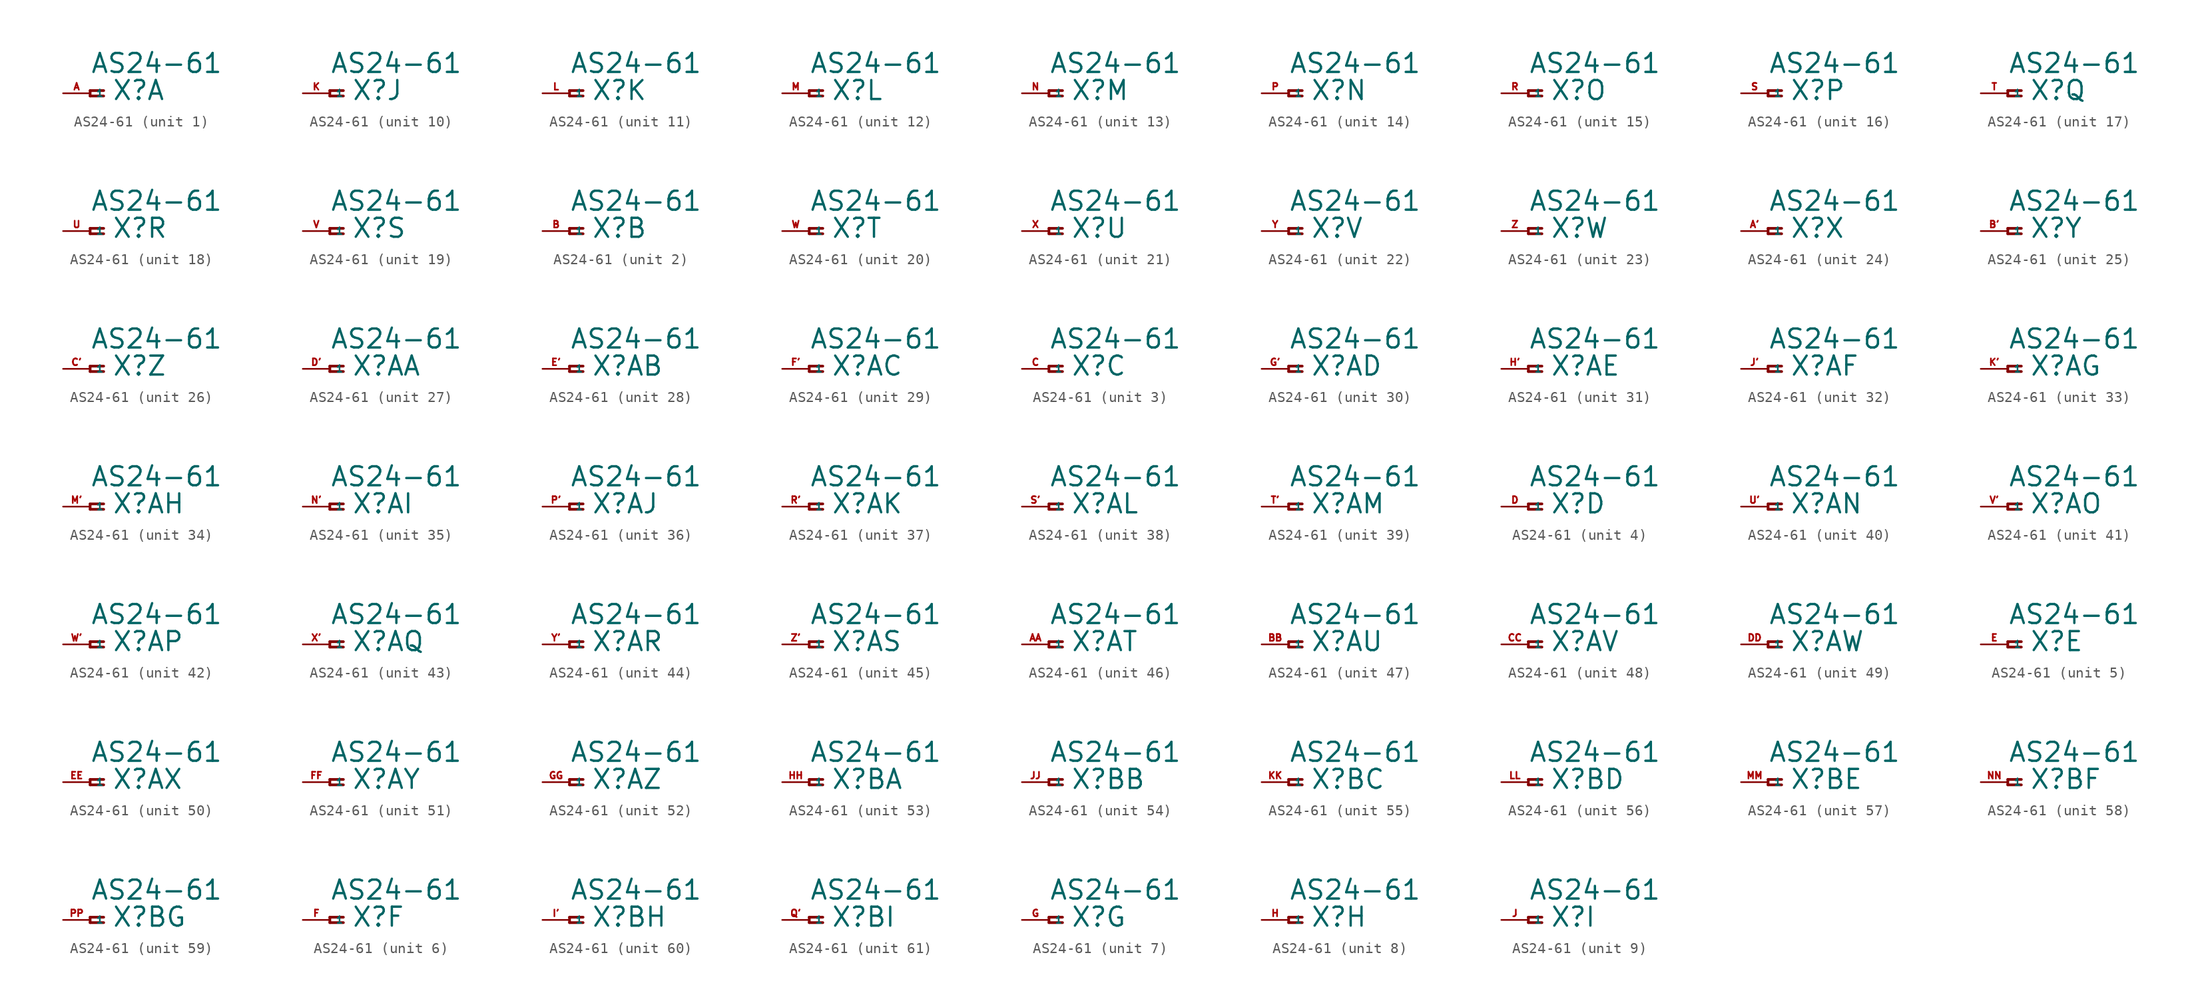
<source format=kicad_sym>
(kicad_symbol_lib
  (version 20220914)
  (generator Eagle2Kicad)
  (symbol "AS24-61"
    (property "Reference" "X"
      (at 2.032 -0.762 0)
      (effects (font (size 1.778 1.778) (thickness 0.22)) (justify left bottom)))
    (property "Value" "AS24-61"
      (at 0 1.778 0)
      (effects (font (size 1.778 1.778) (thickness 0.22)) (justify left bottom)))
    (symbol "AS24-61_1_0"
      (polyline (pts (xy 1.27 0.254) (xy 0 0.254)) (stroke (width 0.254) (type default)) (fill (type none)))
      (polyline (pts (xy 0 0.254) (xy 0 -0.254)) (stroke (width 0.254) (type default)) (fill (type none)))
      (polyline (pts (xy 0 -0.254) (xy 1.27 -0.254)) (stroke (width 0.254) (type default)) (fill (type none)))
      (pin passive line (at -2.54 0 0) (length 2.54) (name "1" (effects (font (size 0.635 0.635) (thickness 0.08)) (justify left bottom))) (number "A" (effects (font (size 0.635 0.635) (thickness 0.08)) (justify left bottom)))))
    (symbol "AS24-61_2_0"
      (polyline (pts (xy 1.27 0.254) (xy 0 0.254)) (stroke (width 0.254) (type default)) (fill (type none)))
      (polyline (pts (xy 0 0.254) (xy 0 -0.254)) (stroke (width 0.254) (type default)) (fill (type none)))
      (polyline (pts (xy 0 -0.254) (xy 1.27 -0.254)) (stroke (width 0.254) (type default)) (fill (type none)))
      (pin passive line (at -2.54 0 0) (length 2.54) (name "1" (effects (font (size 0.635 0.635) (thickness 0.08)) (justify left bottom))) (number "B" (effects (font (size 0.635 0.635) (thickness 0.08)) (justify left bottom)))))
    (symbol "AS24-61_3_0"
      (polyline (pts (xy 1.27 0.254) (xy 0 0.254)) (stroke (width 0.254) (type default)) (fill (type none)))
      (polyline (pts (xy 0 0.254) (xy 0 -0.254)) (stroke (width 0.254) (type default)) (fill (type none)))
      (polyline (pts (xy 0 -0.254) (xy 1.27 -0.254)) (stroke (width 0.254) (type default)) (fill (type none)))
      (pin passive line (at -2.54 0 0) (length 2.54) (name "1" (effects (font (size 0.635 0.635) (thickness 0.08)) (justify left bottom))) (number "C" (effects (font (size 0.635 0.635) (thickness 0.08)) (justify left bottom)))))
    (symbol "AS24-61_4_0"
      (polyline (pts (xy 1.27 0.254) (xy 0 0.254)) (stroke (width 0.254) (type default)) (fill (type none)))
      (polyline (pts (xy 0 0.254) (xy 0 -0.254)) (stroke (width 0.254) (type default)) (fill (type none)))
      (polyline (pts (xy 0 -0.254) (xy 1.27 -0.254)) (stroke (width 0.254) (type default)) (fill (type none)))
      (pin passive line (at -2.54 0 0) (length 2.54) (name "1" (effects (font (size 0.635 0.635) (thickness 0.08)) (justify left bottom))) (number "D" (effects (font (size 0.635 0.635) (thickness 0.08)) (justify left bottom)))))
    (symbol "AS24-61_5_0"
      (polyline (pts (xy 1.27 0.254) (xy 0 0.254)) (stroke (width 0.254) (type default)) (fill (type none)))
      (polyline (pts (xy 0 0.254) (xy 0 -0.254)) (stroke (width 0.254) (type default)) (fill (type none)))
      (polyline (pts (xy 0 -0.254) (xy 1.27 -0.254)) (stroke (width 0.254) (type default)) (fill (type none)))
      (pin passive line (at -2.54 0 0) (length 2.54) (name "1" (effects (font (size 0.635 0.635) (thickness 0.08)) (justify left bottom))) (number "E" (effects (font (size 0.635 0.635) (thickness 0.08)) (justify left bottom)))))
    (symbol "AS24-61_6_0"
      (polyline (pts (xy 1.27 0.254) (xy 0 0.254)) (stroke (width 0.254) (type default)) (fill (type none)))
      (polyline (pts (xy 0 0.254) (xy 0 -0.254)) (stroke (width 0.254) (type default)) (fill (type none)))
      (polyline (pts (xy 0 -0.254) (xy 1.27 -0.254)) (stroke (width 0.254) (type default)) (fill (type none)))
      (pin passive line (at -2.54 0 0) (length 2.54) (name "1" (effects (font (size 0.635 0.635) (thickness 0.08)) (justify left bottom))) (number "F" (effects (font (size 0.635 0.635) (thickness 0.08)) (justify left bottom)))))
    (symbol "AS24-61_7_0"
      (polyline (pts (xy 1.27 0.254) (xy 0 0.254)) (stroke (width 0.254) (type default)) (fill (type none)))
      (polyline (pts (xy 0 0.254) (xy 0 -0.254)) (stroke (width 0.254) (type default)) (fill (type none)))
      (polyline (pts (xy 0 -0.254) (xy 1.27 -0.254)) (stroke (width 0.254) (type default)) (fill (type none)))
      (pin passive line (at -2.54 0 0) (length 2.54) (name "1" (effects (font (size 0.635 0.635) (thickness 0.08)) (justify left bottom))) (number "G" (effects (font (size 0.635 0.635) (thickness 0.08)) (justify left bottom)))))
    (symbol "AS24-61_8_0"
      (polyline (pts (xy 1.27 0.254) (xy 0 0.254)) (stroke (width 0.254) (type default)) (fill (type none)))
      (polyline (pts (xy 0 0.254) (xy 0 -0.254)) (stroke (width 0.254) (type default)) (fill (type none)))
      (polyline (pts (xy 0 -0.254) (xy 1.27 -0.254)) (stroke (width 0.254) (type default)) (fill (type none)))
      (pin passive line (at -2.54 0 0) (length 2.54) (name "1" (effects (font (size 0.635 0.635) (thickness 0.08)) (justify left bottom))) (number "H" (effects (font (size 0.635 0.635) (thickness 0.08)) (justify left bottom)))))
    (symbol "AS24-61_9_0"
      (polyline (pts (xy 1.27 0.254) (xy 0 0.254)) (stroke (width 0.254) (type default)) (fill (type none)))
      (polyline (pts (xy 0 0.254) (xy 0 -0.254)) (stroke (width 0.254) (type default)) (fill (type none)))
      (polyline (pts (xy 0 -0.254) (xy 1.27 -0.254)) (stroke (width 0.254) (type default)) (fill (type none)))
      (pin passive line (at -2.54 0 0) (length 2.54) (name "1" (effects (font (size 0.635 0.635) (thickness 0.08)) (justify left bottom))) (number "J" (effects (font (size 0.635 0.635) (thickness 0.08)) (justify left bottom)))))
    (symbol "AS24-61_10_0"
      (polyline (pts (xy 1.27 0.254) (xy 0 0.254)) (stroke (width 0.254) (type default)) (fill (type none)))
      (polyline (pts (xy 0 0.254) (xy 0 -0.254)) (stroke (width 0.254) (type default)) (fill (type none)))
      (polyline (pts (xy 0 -0.254) (xy 1.27 -0.254)) (stroke (width 0.254) (type default)) (fill (type none)))
      (pin passive line (at -2.54 0 0) (length 2.54) (name "1" (effects (font (size 0.635 0.635) (thickness 0.08)) (justify left bottom))) (number "K" (effects (font (size 0.635 0.635) (thickness 0.08)) (justify left bottom)))))
    (symbol "AS24-61_11_0"
      (polyline (pts (xy 1.27 0.254) (xy 0 0.254)) (stroke (width 0.254) (type default)) (fill (type none)))
      (polyline (pts (xy 0 0.254) (xy 0 -0.254)) (stroke (width 0.254) (type default)) (fill (type none)))
      (polyline (pts (xy 0 -0.254) (xy 1.27 -0.254)) (stroke (width 0.254) (type default)) (fill (type none)))
      (pin passive line (at -2.54 0 0) (length 2.54) (name "1" (effects (font (size 0.635 0.635) (thickness 0.08)) (justify left bottom))) (number "L" (effects (font (size 0.635 0.635) (thickness 0.08)) (justify left bottom)))))
    (symbol "AS24-61_12_0"
      (polyline (pts (xy 1.27 0.254) (xy 0 0.254)) (stroke (width 0.254) (type default)) (fill (type none)))
      (polyline (pts (xy 0 0.254) (xy 0 -0.254)) (stroke (width 0.254) (type default)) (fill (type none)))
      (polyline (pts (xy 0 -0.254) (xy 1.27 -0.254)) (stroke (width 0.254) (type default)) (fill (type none)))
      (pin passive line (at -2.54 0 0) (length 2.54) (name "1" (effects (font (size 0.635 0.635) (thickness 0.08)) (justify left bottom))) (number "M" (effects (font (size 0.635 0.635) (thickness 0.08)) (justify left bottom)))))
    (symbol "AS24-61_13_0"
      (polyline (pts (xy 1.27 0.254) (xy 0 0.254)) (stroke (width 0.254) (type default)) (fill (type none)))
      (polyline (pts (xy 0 0.254) (xy 0 -0.254)) (stroke (width 0.254) (type default)) (fill (type none)))
      (polyline (pts (xy 0 -0.254) (xy 1.27 -0.254)) (stroke (width 0.254) (type default)) (fill (type none)))
      (pin passive line (at -2.54 0 0) (length 2.54) (name "1" (effects (font (size 0.635 0.635) (thickness 0.08)) (justify left bottom))) (number "N" (effects (font (size 0.635 0.635) (thickness 0.08)) (justify left bottom)))))
    (symbol "AS24-61_14_0"
      (polyline (pts (xy 1.27 0.254) (xy 0 0.254)) (stroke (width 0.254) (type default)) (fill (type none)))
      (polyline (pts (xy 0 0.254) (xy 0 -0.254)) (stroke (width 0.254) (type default)) (fill (type none)))
      (polyline (pts (xy 0 -0.254) (xy 1.27 -0.254)) (stroke (width 0.254) (type default)) (fill (type none)))
      (pin passive line (at -2.54 0 0) (length 2.54) (name "1" (effects (font (size 0.635 0.635) (thickness 0.08)) (justify left bottom))) (number "P" (effects (font (size 0.635 0.635) (thickness 0.08)) (justify left bottom)))))
    (symbol "AS24-61_15_0"
      (polyline (pts (xy 1.27 0.254) (xy 0 0.254)) (stroke (width 0.254) (type default)) (fill (type none)))
      (polyline (pts (xy 0 0.254) (xy 0 -0.254)) (stroke (width 0.254) (type default)) (fill (type none)))
      (polyline (pts (xy 0 -0.254) (xy 1.27 -0.254)) (stroke (width 0.254) (type default)) (fill (type none)))
      (pin passive line (at -2.54 0 0) (length 2.54) (name "1" (effects (font (size 0.635 0.635) (thickness 0.08)) (justify left bottom))) (number "R" (effects (font (size 0.635 0.635) (thickness 0.08)) (justify left bottom)))))
    (symbol "AS24-61_16_0"
      (polyline (pts (xy 1.27 0.254) (xy 0 0.254)) (stroke (width 0.254) (type default)) (fill (type none)))
      (polyline (pts (xy 0 0.254) (xy 0 -0.254)) (stroke (width 0.254) (type default)) (fill (type none)))
      (polyline (pts (xy 0 -0.254) (xy 1.27 -0.254)) (stroke (width 0.254) (type default)) (fill (type none)))
      (pin passive line (at -2.54 0 0) (length 2.54) (name "1" (effects (font (size 0.635 0.635) (thickness 0.08)) (justify left bottom))) (number "S" (effects (font (size 0.635 0.635) (thickness 0.08)) (justify left bottom)))))
    (symbol "AS24-61_17_0"
      (polyline (pts (xy 1.27 0.254) (xy 0 0.254)) (stroke (width 0.254) (type default)) (fill (type none)))
      (polyline (pts (xy 0 0.254) (xy 0 -0.254)) (stroke (width 0.254) (type default)) (fill (type none)))
      (polyline (pts (xy 0 -0.254) (xy 1.27 -0.254)) (stroke (width 0.254) (type default)) (fill (type none)))
      (pin passive line (at -2.54 0 0) (length 2.54) (name "1" (effects (font (size 0.635 0.635) (thickness 0.08)) (justify left bottom))) (number "T" (effects (font (size 0.635 0.635) (thickness 0.08)) (justify left bottom)))))
    (symbol "AS24-61_18_0"
      (polyline (pts (xy 1.27 0.254) (xy 0 0.254)) (stroke (width 0.254) (type default)) (fill (type none)))
      (polyline (pts (xy 0 0.254) (xy 0 -0.254)) (stroke (width 0.254) (type default)) (fill (type none)))
      (polyline (pts (xy 0 -0.254) (xy 1.27 -0.254)) (stroke (width 0.254) (type default)) (fill (type none)))
      (pin passive line (at -2.54 0 0) (length 2.54) (name "1" (effects (font (size 0.635 0.635) (thickness 0.08)) (justify left bottom))) (number "U" (effects (font (size 0.635 0.635) (thickness 0.08)) (justify left bottom)))))
    (symbol "AS24-61_19_0"
      (polyline (pts (xy 1.27 0.254) (xy 0 0.254)) (stroke (width 0.254) (type default)) (fill (type none)))
      (polyline (pts (xy 0 0.254) (xy 0 -0.254)) (stroke (width 0.254) (type default)) (fill (type none)))
      (polyline (pts (xy 0 -0.254) (xy 1.27 -0.254)) (stroke (width 0.254) (type default)) (fill (type none)))
      (pin passive line (at -2.54 0 0) (length 2.54) (name "1" (effects (font (size 0.635 0.635) (thickness 0.08)) (justify left bottom))) (number "V" (effects (font (size 0.635 0.635) (thickness 0.08)) (justify left bottom)))))
    (symbol "AS24-61_20_0"
      (polyline (pts (xy 1.27 0.254) (xy 0 0.254)) (stroke (width 0.254) (type default)) (fill (type none)))
      (polyline (pts (xy 0 0.254) (xy 0 -0.254)) (stroke (width 0.254) (type default)) (fill (type none)))
      (polyline (pts (xy 0 -0.254) (xy 1.27 -0.254)) (stroke (width 0.254) (type default)) (fill (type none)))
      (pin passive line (at -2.54 0 0) (length 2.54) (name "1" (effects (font (size 0.635 0.635) (thickness 0.08)) (justify left bottom))) (number "W" (effects (font (size 0.635 0.635) (thickness 0.08)) (justify left bottom)))))
    (symbol "AS24-61_21_0"
      (polyline (pts (xy 1.27 0.254) (xy 0 0.254)) (stroke (width 0.254) (type default)) (fill (type none)))
      (polyline (pts (xy 0 0.254) (xy 0 -0.254)) (stroke (width 0.254) (type default)) (fill (type none)))
      (polyline (pts (xy 0 -0.254) (xy 1.27 -0.254)) (stroke (width 0.254) (type default)) (fill (type none)))
      (pin passive line (at -2.54 0 0) (length 2.54) (name "1" (effects (font (size 0.635 0.635) (thickness 0.08)) (justify left bottom))) (number "X" (effects (font (size 0.635 0.635) (thickness 0.08)) (justify left bottom)))))
    (symbol "AS24-61_22_0"
      (polyline (pts (xy 1.27 0.254) (xy 0 0.254)) (stroke (width 0.254) (type default)) (fill (type none)))
      (polyline (pts (xy 0 0.254) (xy 0 -0.254)) (stroke (width 0.254) (type default)) (fill (type none)))
      (polyline (pts (xy 0 -0.254) (xy 1.27 -0.254)) (stroke (width 0.254) (type default)) (fill (type none)))
      (pin passive line (at -2.54 0 0) (length 2.54) (name "1" (effects (font (size 0.635 0.635) (thickness 0.08)) (justify left bottom))) (number "Y" (effects (font (size 0.635 0.635) (thickness 0.08)) (justify left bottom)))))
    (symbol "AS24-61_23_0"
      (polyline (pts (xy 1.27 0.254) (xy 0 0.254)) (stroke (width 0.254) (type default)) (fill (type none)))
      (polyline (pts (xy 0 0.254) (xy 0 -0.254)) (stroke (width 0.254) (type default)) (fill (type none)))
      (polyline (pts (xy 0 -0.254) (xy 1.27 -0.254)) (stroke (width 0.254) (type default)) (fill (type none)))
      (pin passive line (at -2.54 0 0) (length 2.54) (name "1" (effects (font (size 0.635 0.635) (thickness 0.08)) (justify left bottom))) (number "Z" (effects (font (size 0.635 0.635) (thickness 0.08)) (justify left bottom)))))
    (symbol "AS24-61_24_0"
      (polyline (pts (xy 1.27 0.254) (xy 0 0.254)) (stroke (width 0.254) (type default)) (fill (type none)))
      (polyline (pts (xy 0 0.254) (xy 0 -0.254)) (stroke (width 0.254) (type default)) (fill (type none)))
      (polyline (pts (xy 0 -0.254) (xy 1.27 -0.254)) (stroke (width 0.254) (type default)) (fill (type none)))
      (pin passive line (at -2.54 0 0) (length 2.54) (name "1" (effects (font (size 0.635 0.635) (thickness 0.08)) (justify left bottom))) (number "A'" (effects (font (size 0.635 0.635) (thickness 0.08)) (justify left bottom)))))
    (symbol "AS24-61_25_0"
      (polyline (pts (xy 1.27 0.254) (xy 0 0.254)) (stroke (width 0.254) (type default)) (fill (type none)))
      (polyline (pts (xy 0 0.254) (xy 0 -0.254)) (stroke (width 0.254) (type default)) (fill (type none)))
      (polyline (pts (xy 0 -0.254) (xy 1.27 -0.254)) (stroke (width 0.254) (type default)) (fill (type none)))
      (pin passive line (at -2.54 0 0) (length 2.54) (name "1" (effects (font (size 0.635 0.635) (thickness 0.08)) (justify left bottom))) (number "B'" (effects (font (size 0.635 0.635) (thickness 0.08)) (justify left bottom)))))
    (symbol "AS24-61_26_0"
      (polyline (pts (xy 1.27 0.254) (xy 0 0.254)) (stroke (width 0.254) (type default)) (fill (type none)))
      (polyline (pts (xy 0 0.254) (xy 0 -0.254)) (stroke (width 0.254) (type default)) (fill (type none)))
      (polyline (pts (xy 0 -0.254) (xy 1.27 -0.254)) (stroke (width 0.254) (type default)) (fill (type none)))
      (pin passive line (at -2.54 0 0) (length 2.54) (name "1" (effects (font (size 0.635 0.635) (thickness 0.08)) (justify left bottom))) (number "C'" (effects (font (size 0.635 0.635) (thickness 0.08)) (justify left bottom)))))
    (symbol "AS24-61_27_0"
      (polyline (pts (xy 1.27 0.254) (xy 0 0.254)) (stroke (width 0.254) (type default)) (fill (type none)))
      (polyline (pts (xy 0 0.254) (xy 0 -0.254)) (stroke (width 0.254) (type default)) (fill (type none)))
      (polyline (pts (xy 0 -0.254) (xy 1.27 -0.254)) (stroke (width 0.254) (type default)) (fill (type none)))
      (pin passive line (at -2.54 0 0) (length 2.54) (name "1" (effects (font (size 0.635 0.635) (thickness 0.08)) (justify left bottom))) (number "D'" (effects (font (size 0.635 0.635) (thickness 0.08)) (justify left bottom)))))
    (symbol "AS24-61_28_0"
      (polyline (pts (xy 1.27 0.254) (xy 0 0.254)) (stroke (width 0.254) (type default)) (fill (type none)))
      (polyline (pts (xy 0 0.254) (xy 0 -0.254)) (stroke (width 0.254) (type default)) (fill (type none)))
      (polyline (pts (xy 0 -0.254) (xy 1.27 -0.254)) (stroke (width 0.254) (type default)) (fill (type none)))
      (pin passive line (at -2.54 0 0) (length 2.54) (name "1" (effects (font (size 0.635 0.635) (thickness 0.08)) (justify left bottom))) (number "E'" (effects (font (size 0.635 0.635) (thickness 0.08)) (justify left bottom)))))
    (symbol "AS24-61_29_0"
      (polyline (pts (xy 1.27 0.254) (xy 0 0.254)) (stroke (width 0.254) (type default)) (fill (type none)))
      (polyline (pts (xy 0 0.254) (xy 0 -0.254)) (stroke (width 0.254) (type default)) (fill (type none)))
      (polyline (pts (xy 0 -0.254) (xy 1.27 -0.254)) (stroke (width 0.254) (type default)) (fill (type none)))
      (pin passive line (at -2.54 0 0) (length 2.54) (name "1" (effects (font (size 0.635 0.635) (thickness 0.08)) (justify left bottom))) (number "F'" (effects (font (size 0.635 0.635) (thickness 0.08)) (justify left bottom)))))
    (symbol "AS24-61_30_0"
      (polyline (pts (xy 1.27 0.254) (xy 0 0.254)) (stroke (width 0.254) (type default)) (fill (type none)))
      (polyline (pts (xy 0 0.254) (xy 0 -0.254)) (stroke (width 0.254) (type default)) (fill (type none)))
      (polyline (pts (xy 0 -0.254) (xy 1.27 -0.254)) (stroke (width 0.254) (type default)) (fill (type none)))
      (pin passive line (at -2.54 0 0) (length 2.54) (name "1" (effects (font (size 0.635 0.635) (thickness 0.08)) (justify left bottom))) (number "G'" (effects (font (size 0.635 0.635) (thickness 0.08)) (justify left bottom)))))
    (symbol "AS24-61_31_0"
      (polyline (pts (xy 1.27 0.254) (xy 0 0.254)) (stroke (width 0.254) (type default)) (fill (type none)))
      (polyline (pts (xy 0 0.254) (xy 0 -0.254)) (stroke (width 0.254) (type default)) (fill (type none)))
      (polyline (pts (xy 0 -0.254) (xy 1.27 -0.254)) (stroke (width 0.254) (type default)) (fill (type none)))
      (pin passive line (at -2.54 0 0) (length 2.54) (name "1" (effects (font (size 0.635 0.635) (thickness 0.08)) (justify left bottom))) (number "H'" (effects (font (size 0.635 0.635) (thickness 0.08)) (justify left bottom)))))
    (symbol "AS24-61_32_0"
      (polyline (pts (xy 1.27 0.254) (xy 0 0.254)) (stroke (width 0.254) (type default)) (fill (type none)))
      (polyline (pts (xy 0 0.254) (xy 0 -0.254)) (stroke (width 0.254) (type default)) (fill (type none)))
      (polyline (pts (xy 0 -0.254) (xy 1.27 -0.254)) (stroke (width 0.254) (type default)) (fill (type none)))
      (pin passive line (at -2.54 0 0) (length 2.54) (name "1" (effects (font (size 0.635 0.635) (thickness 0.08)) (justify left bottom))) (number "J'" (effects (font (size 0.635 0.635) (thickness 0.08)) (justify left bottom)))))
    (symbol "AS24-61_33_0"
      (polyline (pts (xy 1.27 0.254) (xy 0 0.254)) (stroke (width 0.254) (type default)) (fill (type none)))
      (polyline (pts (xy 0 0.254) (xy 0 -0.254)) (stroke (width 0.254) (type default)) (fill (type none)))
      (polyline (pts (xy 0 -0.254) (xy 1.27 -0.254)) (stroke (width 0.254) (type default)) (fill (type none)))
      (pin passive line (at -2.54 0 0) (length 2.54) (name "1" (effects (font (size 0.635 0.635) (thickness 0.08)) (justify left bottom))) (number "K'" (effects (font (size 0.635 0.635) (thickness 0.08)) (justify left bottom)))))
    (symbol "AS24-61_34_0"
      (polyline (pts (xy 1.27 0.254) (xy 0 0.254)) (stroke (width 0.254) (type default)) (fill (type none)))
      (polyline (pts (xy 0 0.254) (xy 0 -0.254)) (stroke (width 0.254) (type default)) (fill (type none)))
      (polyline (pts (xy 0 -0.254) (xy 1.27 -0.254)) (stroke (width 0.254) (type default)) (fill (type none)))
      (pin passive line (at -2.54 0 0) (length 2.54) (name "1" (effects (font (size 0.635 0.635) (thickness 0.08)) (justify left bottom))) (number "M'" (effects (font (size 0.635 0.635) (thickness 0.08)) (justify left bottom)))))
    (symbol "AS24-61_35_0"
      (polyline (pts (xy 1.27 0.254) (xy 0 0.254)) (stroke (width 0.254) (type default)) (fill (type none)))
      (polyline (pts (xy 0 0.254) (xy 0 -0.254)) (stroke (width 0.254) (type default)) (fill (type none)))
      (polyline (pts (xy 0 -0.254) (xy 1.27 -0.254)) (stroke (width 0.254) (type default)) (fill (type none)))
      (pin passive line (at -2.54 0 0) (length 2.54) (name "1" (effects (font (size 0.635 0.635) (thickness 0.08)) (justify left bottom))) (number "N'" (effects (font (size 0.635 0.635) (thickness 0.08)) (justify left bottom)))))
    (symbol "AS24-61_36_0"
      (polyline (pts (xy 1.27 0.254) (xy 0 0.254)) (stroke (width 0.254) (type default)) (fill (type none)))
      (polyline (pts (xy 0 0.254) (xy 0 -0.254)) (stroke (width 0.254) (type default)) (fill (type none)))
      (polyline (pts (xy 0 -0.254) (xy 1.27 -0.254)) (stroke (width 0.254) (type default)) (fill (type none)))
      (pin passive line (at -2.54 0 0) (length 2.54) (name "1" (effects (font (size 0.635 0.635) (thickness 0.08)) (justify left bottom))) (number "P'" (effects (font (size 0.635 0.635) (thickness 0.08)) (justify left bottom)))))
    (symbol "AS24-61_37_0"
      (polyline (pts (xy 1.27 0.254) (xy 0 0.254)) (stroke (width 0.254) (type default)) (fill (type none)))
      (polyline (pts (xy 0 0.254) (xy 0 -0.254)) (stroke (width 0.254) (type default)) (fill (type none)))
      (polyline (pts (xy 0 -0.254) (xy 1.27 -0.254)) (stroke (width 0.254) (type default)) (fill (type none)))
      (pin passive line (at -2.54 0 0) (length 2.54) (name "1" (effects (font (size 0.635 0.635) (thickness 0.08)) (justify left bottom))) (number "R'" (effects (font (size 0.635 0.635) (thickness 0.08)) (justify left bottom)))))
    (symbol "AS24-61_38_0"
      (polyline (pts (xy 1.27 0.254) (xy 0 0.254)) (stroke (width 0.254) (type default)) (fill (type none)))
      (polyline (pts (xy 0 0.254) (xy 0 -0.254)) (stroke (width 0.254) (type default)) (fill (type none)))
      (polyline (pts (xy 0 -0.254) (xy 1.27 -0.254)) (stroke (width 0.254) (type default)) (fill (type none)))
      (pin passive line (at -2.54 0 0) (length 2.54) (name "1" (effects (font (size 0.635 0.635) (thickness 0.08)) (justify left bottom))) (number "S'" (effects (font (size 0.635 0.635) (thickness 0.08)) (justify left bottom)))))
    (symbol "AS24-61_39_0"
      (polyline (pts (xy 1.27 0.254) (xy 0 0.254)) (stroke (width 0.254) (type default)) (fill (type none)))
      (polyline (pts (xy 0 0.254) (xy 0 -0.254)) (stroke (width 0.254) (type default)) (fill (type none)))
      (polyline (pts (xy 0 -0.254) (xy 1.27 -0.254)) (stroke (width 0.254) (type default)) (fill (type none)))
      (pin passive line (at -2.54 0 0) (length 2.54) (name "1" (effects (font (size 0.635 0.635) (thickness 0.08)) (justify left bottom))) (number "T'" (effects (font (size 0.635 0.635) (thickness 0.08)) (justify left bottom)))))
    (symbol "AS24-61_40_0"
      (polyline (pts (xy 1.27 0.254) (xy 0 0.254)) (stroke (width 0.254) (type default)) (fill (type none)))
      (polyline (pts (xy 0 0.254) (xy 0 -0.254)) (stroke (width 0.254) (type default)) (fill (type none)))
      (polyline (pts (xy 0 -0.254) (xy 1.27 -0.254)) (stroke (width 0.254) (type default)) (fill (type none)))
      (pin passive line (at -2.54 0 0) (length 2.54) (name "1" (effects (font (size 0.635 0.635) (thickness 0.08)) (justify left bottom))) (number "U'" (effects (font (size 0.635 0.635) (thickness 0.08)) (justify left bottom)))))
    (symbol "AS24-61_41_0"
      (polyline (pts (xy 1.27 0.254) (xy 0 0.254)) (stroke (width 0.254) (type default)) (fill (type none)))
      (polyline (pts (xy 0 0.254) (xy 0 -0.254)) (stroke (width 0.254) (type default)) (fill (type none)))
      (polyline (pts (xy 0 -0.254) (xy 1.27 -0.254)) (stroke (width 0.254) (type default)) (fill (type none)))
      (pin passive line (at -2.54 0 0) (length 2.54) (name "1" (effects (font (size 0.635 0.635) (thickness 0.08)) (justify left bottom))) (number "V'" (effects (font (size 0.635 0.635) (thickness 0.08)) (justify left bottom)))))
    (symbol "AS24-61_42_0"
      (polyline (pts (xy 1.27 0.254) (xy 0 0.254)) (stroke (width 0.254) (type default)) (fill (type none)))
      (polyline (pts (xy 0 0.254) (xy 0 -0.254)) (stroke (width 0.254) (type default)) (fill (type none)))
      (polyline (pts (xy 0 -0.254) (xy 1.27 -0.254)) (stroke (width 0.254) (type default)) (fill (type none)))
      (pin passive line (at -2.54 0 0) (length 2.54) (name "1" (effects (font (size 0.635 0.635) (thickness 0.08)) (justify left bottom))) (number "W'" (effects (font (size 0.635 0.635) (thickness 0.08)) (justify left bottom)))))
    (symbol "AS24-61_43_0"
      (polyline (pts (xy 1.27 0.254) (xy 0 0.254)) (stroke (width 0.254) (type default)) (fill (type none)))
      (polyline (pts (xy 0 0.254) (xy 0 -0.254)) (stroke (width 0.254) (type default)) (fill (type none)))
      (polyline (pts (xy 0 -0.254) (xy 1.27 -0.254)) (stroke (width 0.254) (type default)) (fill (type none)))
      (pin passive line (at -2.54 0 0) (length 2.54) (name "1" (effects (font (size 0.635 0.635) (thickness 0.08)) (justify left bottom))) (number "X'" (effects (font (size 0.635 0.635) (thickness 0.08)) (justify left bottom)))))
    (symbol "AS24-61_44_0"
      (polyline (pts (xy 1.27 0.254) (xy 0 0.254)) (stroke (width 0.254) (type default)) (fill (type none)))
      (polyline (pts (xy 0 0.254) (xy 0 -0.254)) (stroke (width 0.254) (type default)) (fill (type none)))
      (polyline (pts (xy 0 -0.254) (xy 1.27 -0.254)) (stroke (width 0.254) (type default)) (fill (type none)))
      (pin passive line (at -2.54 0 0) (length 2.54) (name "1" (effects (font (size 0.635 0.635) (thickness 0.08)) (justify left bottom))) (number "Y'" (effects (font (size 0.635 0.635) (thickness 0.08)) (justify left bottom)))))
    (symbol "AS24-61_45_0"
      (polyline (pts (xy 1.27 0.254) (xy 0 0.254)) (stroke (width 0.254) (type default)) (fill (type none)))
      (polyline (pts (xy 0 0.254) (xy 0 -0.254)) (stroke (width 0.254) (type default)) (fill (type none)))
      (polyline (pts (xy 0 -0.254) (xy 1.27 -0.254)) (stroke (width 0.254) (type default)) (fill (type none)))
      (pin passive line (at -2.54 0 0) (length 2.54) (name "1" (effects (font (size 0.635 0.635) (thickness 0.08)) (justify left bottom))) (number "Z'" (effects (font (size 0.635 0.635) (thickness 0.08)) (justify left bottom)))))
    (symbol "AS24-61_46_0"
      (polyline (pts (xy 1.27 0.254) (xy 0 0.254)) (stroke (width 0.254) (type default)) (fill (type none)))
      (polyline (pts (xy 0 0.254) (xy 0 -0.254)) (stroke (width 0.254) (type default)) (fill (type none)))
      (polyline (pts (xy 0 -0.254) (xy 1.27 -0.254)) (stroke (width 0.254) (type default)) (fill (type none)))
      (pin passive line (at -2.54 0 0) (length 2.54) (name "1" (effects (font (size 0.635 0.635) (thickness 0.08)) (justify left bottom))) (number "AA" (effects (font (size 0.635 0.635) (thickness 0.08)) (justify left bottom)))))
    (symbol "AS24-61_47_0"
      (polyline (pts (xy 1.27 0.254) (xy 0 0.254)) (stroke (width 0.254) (type default)) (fill (type none)))
      (polyline (pts (xy 0 0.254) (xy 0 -0.254)) (stroke (width 0.254) (type default)) (fill (type none)))
      (polyline (pts (xy 0 -0.254) (xy 1.27 -0.254)) (stroke (width 0.254) (type default)) (fill (type none)))
      (pin passive line (at -2.54 0 0) (length 2.54) (name "1" (effects (font (size 0.635 0.635) (thickness 0.08)) (justify left bottom))) (number "BB" (effects (font (size 0.635 0.635) (thickness 0.08)) (justify left bottom)))))
    (symbol "AS24-61_48_0"
      (polyline (pts (xy 1.27 0.254) (xy 0 0.254)) (stroke (width 0.254) (type default)) (fill (type none)))
      (polyline (pts (xy 0 0.254) (xy 0 -0.254)) (stroke (width 0.254) (type default)) (fill (type none)))
      (polyline (pts (xy 0 -0.254) (xy 1.27 -0.254)) (stroke (width 0.254) (type default)) (fill (type none)))
      (pin passive line (at -2.54 0 0) (length 2.54) (name "1" (effects (font (size 0.635 0.635) (thickness 0.08)) (justify left bottom))) (number "CC" (effects (font (size 0.635 0.635) (thickness 0.08)) (justify left bottom)))))
    (symbol "AS24-61_49_0"
      (polyline (pts (xy 1.27 0.254) (xy 0 0.254)) (stroke (width 0.254) (type default)) (fill (type none)))
      (polyline (pts (xy 0 0.254) (xy 0 -0.254)) (stroke (width 0.254) (type default)) (fill (type none)))
      (polyline (pts (xy 0 -0.254) (xy 1.27 -0.254)) (stroke (width 0.254) (type default)) (fill (type none)))
      (pin passive line (at -2.54 0 0) (length 2.54) (name "1" (effects (font (size 0.635 0.635) (thickness 0.08)) (justify left bottom))) (number "DD" (effects (font (size 0.635 0.635) (thickness 0.08)) (justify left bottom)))))
    (symbol "AS24-61_50_0"
      (polyline (pts (xy 1.27 0.254) (xy 0 0.254)) (stroke (width 0.254) (type default)) (fill (type none)))
      (polyline (pts (xy 0 0.254) (xy 0 -0.254)) (stroke (width 0.254) (type default)) (fill (type none)))
      (polyline (pts (xy 0 -0.254) (xy 1.27 -0.254)) (stroke (width 0.254) (type default)) (fill (type none)))
      (pin passive line (at -2.54 0 0) (length 2.54) (name "1" (effects (font (size 0.635 0.635) (thickness 0.08)) (justify left bottom))) (number "EE" (effects (font (size 0.635 0.635) (thickness 0.08)) (justify left bottom)))))
    (symbol "AS24-61_51_0"
      (polyline (pts (xy 1.27 0.254) (xy 0 0.254)) (stroke (width 0.254) (type default)) (fill (type none)))
      (polyline (pts (xy 0 0.254) (xy 0 -0.254)) (stroke (width 0.254) (type default)) (fill (type none)))
      (polyline (pts (xy 0 -0.254) (xy 1.27 -0.254)) (stroke (width 0.254) (type default)) (fill (type none)))
      (pin passive line (at -2.54 0 0) (length 2.54) (name "1" (effects (font (size 0.635 0.635) (thickness 0.08)) (justify left bottom))) (number "FF" (effects (font (size 0.635 0.635) (thickness 0.08)) (justify left bottom)))))
    (symbol "AS24-61_52_0"
      (polyline (pts (xy 1.27 0.254) (xy 0 0.254)) (stroke (width 0.254) (type default)) (fill (type none)))
      (polyline (pts (xy 0 0.254) (xy 0 -0.254)) (stroke (width 0.254) (type default)) (fill (type none)))
      (polyline (pts (xy 0 -0.254) (xy 1.27 -0.254)) (stroke (width 0.254) (type default)) (fill (type none)))
      (pin passive line (at -2.54 0 0) (length 2.54) (name "1" (effects (font (size 0.635 0.635) (thickness 0.08)) (justify left bottom))) (number "GG" (effects (font (size 0.635 0.635) (thickness 0.08)) (justify left bottom)))))
    (symbol "AS24-61_53_0"
      (polyline (pts (xy 1.27 0.254) (xy 0 0.254)) (stroke (width 0.254) (type default)) (fill (type none)))
      (polyline (pts (xy 0 0.254) (xy 0 -0.254)) (stroke (width 0.254) (type default)) (fill (type none)))
      (polyline (pts (xy 0 -0.254) (xy 1.27 -0.254)) (stroke (width 0.254) (type default)) (fill (type none)))
      (pin passive line (at -2.54 0 0) (length 2.54) (name "1" (effects (font (size 0.635 0.635) (thickness 0.08)) (justify left bottom))) (number "HH" (effects (font (size 0.635 0.635) (thickness 0.08)) (justify left bottom)))))
    (symbol "AS24-61_54_0"
      (polyline (pts (xy 1.27 0.254) (xy 0 0.254)) (stroke (width 0.254) (type default)) (fill (type none)))
      (polyline (pts (xy 0 0.254) (xy 0 -0.254)) (stroke (width 0.254) (type default)) (fill (type none)))
      (polyline (pts (xy 0 -0.254) (xy 1.27 -0.254)) (stroke (width 0.254) (type default)) (fill (type none)))
      (pin passive line (at -2.54 0 0) (length 2.54) (name "1" (effects (font (size 0.635 0.635) (thickness 0.08)) (justify left bottom))) (number "JJ" (effects (font (size 0.635 0.635) (thickness 0.08)) (justify left bottom)))))
    (symbol "AS24-61_55_0"
      (polyline (pts (xy 1.27 0.254) (xy 0 0.254)) (stroke (width 0.254) (type default)) (fill (type none)))
      (polyline (pts (xy 0 0.254) (xy 0 -0.254)) (stroke (width 0.254) (type default)) (fill (type none)))
      (polyline (pts (xy 0 -0.254) (xy 1.27 -0.254)) (stroke (width 0.254) (type default)) (fill (type none)))
      (pin passive line (at -2.54 0 0) (length 2.54) (name "1" (effects (font (size 0.635 0.635) (thickness 0.08)) (justify left bottom))) (number "KK" (effects (font (size 0.635 0.635) (thickness 0.08)) (justify left bottom)))))
    (symbol "AS24-61_56_0"
      (polyline (pts (xy 1.27 0.254) (xy 0 0.254)) (stroke (width 0.254) (type default)) (fill (type none)))
      (polyline (pts (xy 0 0.254) (xy 0 -0.254)) (stroke (width 0.254) (type default)) (fill (type none)))
      (polyline (pts (xy 0 -0.254) (xy 1.27 -0.254)) (stroke (width 0.254) (type default)) (fill (type none)))
      (pin passive line (at -2.54 0 0) (length 2.54) (name "1" (effects (font (size 0.635 0.635) (thickness 0.08)) (justify left bottom))) (number "LL" (effects (font (size 0.635 0.635) (thickness 0.08)) (justify left bottom)))))
    (symbol "AS24-61_57_0"
      (polyline (pts (xy 1.27 0.254) (xy 0 0.254)) (stroke (width 0.254) (type default)) (fill (type none)))
      (polyline (pts (xy 0 0.254) (xy 0 -0.254)) (stroke (width 0.254) (type default)) (fill (type none)))
      (polyline (pts (xy 0 -0.254) (xy 1.27 -0.254)) (stroke (width 0.254) (type default)) (fill (type none)))
      (pin passive line (at -2.54 0 0) (length 2.54) (name "1" (effects (font (size 0.635 0.635) (thickness 0.08)) (justify left bottom))) (number "MM" (effects (font (size 0.635 0.635) (thickness 0.08)) (justify left bottom)))))
    (symbol "AS24-61_58_0"
      (polyline (pts (xy 1.27 0.254) (xy 0 0.254)) (stroke (width 0.254) (type default)) (fill (type none)))
      (polyline (pts (xy 0 0.254) (xy 0 -0.254)) (stroke (width 0.254) (type default)) (fill (type none)))
      (polyline (pts (xy 0 -0.254) (xy 1.27 -0.254)) (stroke (width 0.254) (type default)) (fill (type none)))
      (pin passive line (at -2.54 0 0) (length 2.54) (name "1" (effects (font (size 0.635 0.635) (thickness 0.08)) (justify left bottom))) (number "NN" (effects (font (size 0.635 0.635) (thickness 0.08)) (justify left bottom)))))
    (symbol "AS24-61_59_0"
      (polyline (pts (xy 1.27 0.254) (xy 0 0.254)) (stroke (width 0.254) (type default)) (fill (type none)))
      (polyline (pts (xy 0 0.254) (xy 0 -0.254)) (stroke (width 0.254) (type default)) (fill (type none)))
      (polyline (pts (xy 0 -0.254) (xy 1.27 -0.254)) (stroke (width 0.254) (type default)) (fill (type none)))
      (pin passive line (at -2.54 0 0) (length 2.54) (name "1" (effects (font (size 0.635 0.635) (thickness 0.08)) (justify left bottom))) (number "PP" (effects (font (size 0.635 0.635) (thickness 0.08)) (justify left bottom)))))
    (symbol "AS24-61_60_0"
      (polyline (pts (xy 1.27 0.254) (xy 0 0.254)) (stroke (width 0.254) (type default)) (fill (type none)))
      (polyline (pts (xy 0 0.254) (xy 0 -0.254)) (stroke (width 0.254) (type default)) (fill (type none)))
      (polyline (pts (xy 0 -0.254) (xy 1.27 -0.254)) (stroke (width 0.254) (type default)) (fill (type none)))
      (pin passive line (at -2.54 0 0) (length 2.54) (name "1" (effects (font (size 0.635 0.635) (thickness 0.08)) (justify left bottom))) (number "I'" (effects (font (size 0.635 0.635) (thickness 0.08)) (justify left bottom)))))
    (symbol "AS24-61_61_0"
      (polyline (pts (xy 1.27 0.254) (xy 0 0.254)) (stroke (width 0.254) (type default)) (fill (type none)))
      (polyline (pts (xy 0 0.254) (xy 0 -0.254)) (stroke (width 0.254) (type default)) (fill (type none)))
      (polyline (pts (xy 0 -0.254) (xy 1.27 -0.254)) (stroke (width 0.254) (type default)) (fill (type none)))
      (pin passive line (at -2.54 0 0) (length 2.54) (name "1" (effects (font (size 0.635 0.635) (thickness 0.08)) (justify left bottom))) (number "Q'" (effects (font (size 0.635 0.635) (thickness 0.08)) (justify left bottom)))))))
</source>
